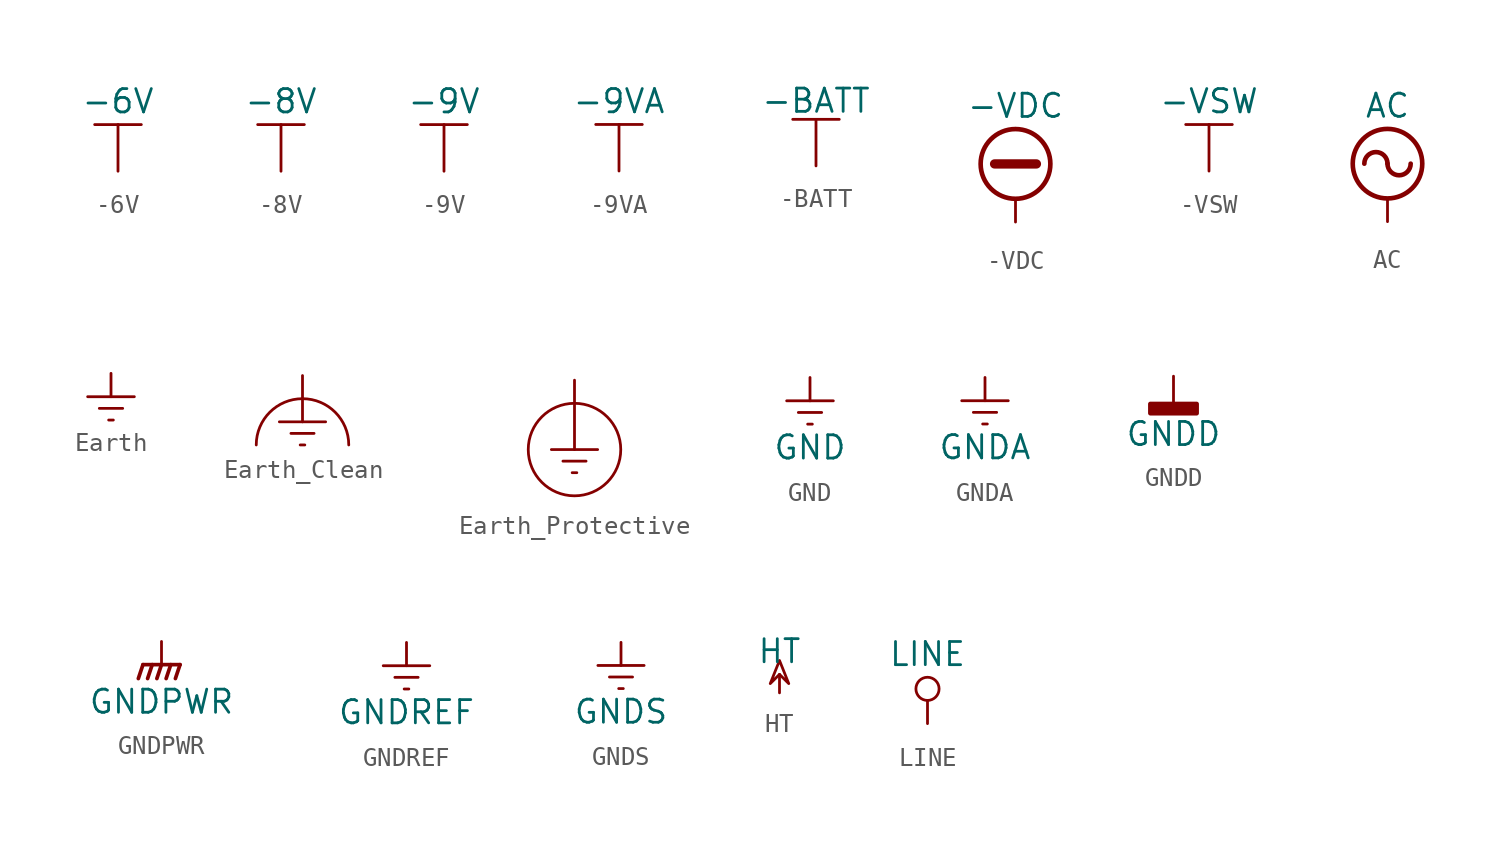
<source format=kicad_sym>
(kicad_symbol_lib
  (version 20220914)
  (generator kicad_symbol_editor)
  (symbol "-6V"
    (power)
    (pin_names
      (offset 0))
    (property "Reference" "#PWR"
      (at 0 2.54 0)
      (effects (font (size 1.27 1.27)) hide))
    (property "Value" "-6V"
      (at 0 3.81 0)
      (effects (font (size 1.27 1.27))))
    (symbol "-6V_0_0"
      (pin power_in line (at 0 0 90) (length 0) hide (name "-6V" (effects (font (size 1.27 1.27)))) (number "1" (effects (font (size 1.27 1.27))))))
    (symbol "-6V_0_1"
      (polyline (pts (xy -1.27 2.54) (xy 1.27 2.54)) (stroke (width 0) (type solid)) (fill (type none)))
      (polyline (pts (xy 0 0) (xy 0 2.54)) (stroke (width 0) (type solid)) (fill (type none)))))
  (symbol "-8V"
    (power)
    (pin_names
      (offset 0))
    (property "Reference" "#PWR"
      (at 0 2.54 0)
      (effects (font (size 1.27 1.27)) hide))
    (property "Value" "-8V"
      (at 0 3.81 0)
      (effects (font (size 1.27 1.27))))
    (symbol "-8V_0_0"
      (pin power_in line (at 0 0 90) (length 0) hide (name "-8V" (effects (font (size 1.27 1.27)))) (number "1" (effects (font (size 1.27 1.27))))))
    (symbol "-8V_0_1"
      (polyline (pts (xy -1.27 2.54) (xy 1.27 2.54)) (stroke (width 0) (type solid)) (fill (type none)))
      (polyline (pts (xy 0 0) (xy 0 2.54)) (stroke (width 0) (type solid)) (fill (type none)))))
  (symbol "-9V"
    (power)
    (pin_names
      (offset 0))
    (property "Reference" "#PWR"
      (at 0 -3.175 0)
      (effects (font (size 1.27 1.27)) hide))
    (property "Value" "-9V"
      (at 0 3.81 0)
      (effects (font (size 1.27 1.27))))
    (symbol "-9V_0_1"
      (polyline (pts (xy -1.27 2.54) (xy 1.27 2.54)) (stroke (width 0) (type solid)) (fill (type none)))
      (polyline (pts (xy 0 0) (xy 0 2.54)) (stroke (width 0) (type solid)) (fill (type none))))
    (symbol "-9V_1_1"
      (pin power_in line (at 0 0 90) (length 0) hide (name "-9V" (effects (font (size 1.27 1.27)))) (number "1" (effects (font (size 1.27 1.27)))))))
  (symbol "-9VA"
    (power)
    (pin_names
      (offset 0))
    (property "Reference" "#PWR"
      (at 0 -3.175 0)
      (effects (font (size 1.27 1.27)) hide))
    (property "Value" "-9VA"
      (at 0 3.81 0)
      (effects (font (size 1.27 1.27))))
    (symbol "-9VA_0_1"
      (polyline (pts (xy -1.27 2.54) (xy 1.27 2.54)) (stroke (width 0) (type solid)) (fill (type none)))
      (polyline (pts (xy 0 0) (xy 0 2.54)) (stroke (width 0) (type solid)) (fill (type none))))
    (symbol "-9VA_1_1"
      (pin power_in line (at 0 0 90) (length 0) hide (name "-9VA" (effects (font (size 1.27 1.27)))) (number "1" (effects (font (size 1.27 1.27)))))))
  (symbol "-BATT"
    (power)
    (pin_names
      (offset 0))
    (property "Reference" "#PWR"
      (at 0 -3.81 0)
      (effects (font (size 1.27 1.27)) hide))
    (property "Value" "-BATT"
      (at 0 3.556 0)
      (effects (font (size 1.27 1.27))))
    (symbol "-BATT_0_1"
      (polyline (pts (xy -1.27 2.54) (xy 1.27 2.54)) (stroke (width 0) (type solid)) (fill (type none)))
      (polyline (pts (xy 0 0) (xy 0 2.54)) (stroke (width 0) (type solid)) (fill (type none))))
    (symbol "-BATT_1_1"
      (pin power_in line (at 0 0 90) (length 0) hide (name "-BATT" (effects (font (size 1.27 1.27)))) (number "1" (effects (font (size 1.27 1.27)))))))
  (symbol "-VDC"
    (power)
    (pin_names
      (offset 0))
    (property "Reference" "#PWR"
      (at 0 -2.54 0)
      (effects (font (size 1.27 1.27)) hide))
    (property "Value" "-VDC"
      (at 0 6.35 0)
      (effects (font (size 1.27 1.27))))
    (symbol "-VDC_0_1"
      (polyline (pts (xy -1.143 3.175) (xy 1.143 3.175)) (stroke (width 0.508) (type solid)) (fill (type none)))
      (polyline (pts (xy 0 0) (xy 0 1.27)) (stroke (width 0) (type solid)) (fill (type none)))
      (circle (center 0 3.175) (radius 1.905) (stroke (width 0.254) (type solid)) (fill (type none))))
    (symbol "-VDC_1_1"
      (pin power_in line (at 0 0 90) (length 0) hide (name "-VDC" (effects (font (size 1.27 1.27)))) (number "1" (effects (font (size 1.27 1.27)))))))
  (symbol "-VSW"
    (power)
    (pin_names
      (offset 0))
    (property "Reference" "#PWR"
      (at 0 2.54 0)
      (effects (font (size 1.27 1.27)) hide))
    (property "Value" "-VSW"
      (at 0 3.81 0)
      (effects (font (size 1.27 1.27))))
    (symbol "-VSW_0_0"
      (pin power_in line (at 0 0 90) (length 0) hide (name "-VSW" (effects (font (size 1.27 1.27)))) (number "1" (effects (font (size 1.27 1.27))))))
    (symbol "-VSW_0_1"
      (polyline (pts (xy -1.27 2.54) (xy 1.27 2.54)) (stroke (width 0) (type solid)) (fill (type none)))
      (polyline (pts (xy 0 0) (xy 0 2.54)) (stroke (width 0) (type solid)) (fill (type none)))))
  (symbol "AC"
    (power)
    (pin_names
      (offset 0))
    (property "Reference" "#PWR"
      (at 0 -2.54 0)
      (effects (font (size 1.27 1.27)) hide))
    (property "Value" "AC"
      (at 0 6.35 0)
      (effects (font (size 1.27 1.27))))
    (symbol "AC_0_1"
      (polyline (pts (xy 0 0) (xy 0 1.27)) (stroke (width 0) (type solid)) (fill (type none)))
      (arc (start 0 3.175) (mid -0.635 3.8073) (end -1.27 3.175) (stroke (width 0.254) (type solid)) (fill (type none)))
      (arc (start 0 3.175) (mid 0.635 2.5427) (end 1.27 3.175) (stroke (width 0.254) (type solid)) (fill (type none)))
      (circle (center 0 3.175) (radius 1.905) (stroke (width 0.254) (type solid)) (fill (type none))))
    (symbol "AC_1_1"
      (pin power_in line (at 0 0 90) (length 0) hide (name "AC" (effects (font (size 1.27 1.27)))) (number "1" (effects (font (size 1.27 1.27)))))))
  (symbol "Earth"
    (power)
    (pin_names
      (offset 0))
    (property "Reference" "#PWR"
      (at 0 -6.35 0)
      (effects (font (size 1.27 1.27)) hide))
    (symbol "Earth_0_1"
      (polyline (pts (xy -0.635 -1.905) (xy 0.635 -1.905)) (stroke (width 0) (type solid)) (fill (type none)))
      (polyline (pts (xy -0.127 -2.54) (xy 0.127 -2.54)) (stroke (width 0) (type solid)) (fill (type none)))
      (polyline (pts (xy 0 -1.27) (xy 0 0)) (stroke (width 0) (type solid)) (fill (type none)))
      (polyline (pts (xy 1.27 -1.27) (xy -1.27 -1.27)) (stroke (width 0) (type solid)) (fill (type none))))
    (symbol "Earth_1_1"
      (pin power_in line (at 0 0 270) (length 0) hide (name "Earth" (effects (font (size 1.27 1.27)))) (number "1" (effects (font (size 1.27 1.27)))))))
  (symbol "Earth_Clean"
    (power)
    (pin_names
      (offset 0))
    (property "Reference" "#PWR"
      (at 6.35 0 0)
      (effects (font (size 1.27 1.27)) hide))
    (symbol "Earth_Clean_0_1"
      (polyline (pts (xy -0.635 -3.175) (xy 0.635 -3.175)) (stroke (width 0) (type solid)) (fill (type none)))
      (polyline (pts (xy -0.127 -3.81) (xy 0.127 -3.81)) (stroke (width 0) (type solid)) (fill (type none)))
      (polyline (pts (xy 0 -2.54) (xy 0 0)) (stroke (width 0) (type solid)) (fill (type none)))
      (polyline (pts (xy 1.27 -2.54) (xy -1.27 -2.54)) (stroke (width 0) (type solid)) (fill (type none)))
      (arc (start 2.54 -3.81) (mid 0 -1.281) (end -2.54 -3.81) (stroke (width 0) (type solid)) (fill (type none))))
    (symbol "Earth_Clean_1_1"
      (pin power_in line (at 0 0 270) (length 0) hide (name "Earth_Clean" (effects (font (size 1.27 1.27)))) (number "1" (effects (font (size 1.27 1.27)))))))
  (symbol "Earth_Protective"
    (power)
    (pin_names
      (offset 0))
    (property "Reference" "#PWR"
      (at 6.35 -6.35 0)
      (effects (font (size 1.27 1.27)) hide))
    (symbol "Earth_Protective_0_1"
      (circle (center 0 -3.81) (radius 2.54) (stroke (width 0) (type solid)) (fill (type none)))
      (polyline (pts (xy -0.635 -4.445) (xy 0.635 -4.445)) (stroke (width 0) (type solid)) (fill (type none)))
      (polyline (pts (xy -0.127 -5.08) (xy 0.127 -5.08)) (stroke (width 0) (type solid)) (fill (type none)))
      (polyline (pts (xy 0 -3.81) (xy 0 0)) (stroke (width 0) (type solid)) (fill (type none)))
      (polyline (pts (xy 1.27 -3.81) (xy -1.27 -3.81)) (stroke (width 0) (type solid)) (fill (type none))))
    (symbol "Earth_Protective_1_1"
      (pin power_in line (at 0 0 270) (length 0) hide (name "Earth_Protective" (effects (font (size 1.27 1.27)))) (number "1" (effects (font (size 1.27 1.27)))))))
  (symbol "GND"
    (power)
    (pin_names
      (offset 0))
    (property "Reference" "#PWR"
      (at 0 -6.35 0)
      (effects (font (size 1.27 1.27)) hide))
    (property "Value" "GND"
      (at 0 -3.81 0)
      (effects (font (size 1.27 1.27))))
    (symbol "GND_1_1"
      (polyline (pts (xy -0.635 -1.905) (xy 0.635 -1.905)) (stroke (width 0) (type solid)) (fill (type none)))
      (polyline (pts (xy -0.127 -2.54) (xy 0.127 -2.54)) (stroke (width 0) (type solid)) (fill (type none)))
      (polyline (pts (xy 0 -1.27) (xy 0 0)) (stroke (width 0) (type solid)) (fill (type none)))
      (polyline (pts (xy 1.27 -1.27) (xy -1.27 -1.27)) (stroke (width 0) (type solid)) (fill (type none)))
      (pin power_in line (at 0 0 270) (length 0) hide (name "GND" (effects (font (size 1.27 1.27)))) (number "1" (effects (font (size 1.27 1.27)))))))
  (symbol "GNDA"
    (power)
    (pin_names
      (offset 0))
    (property "Reference" "#PWR"
      (at 0 -6.35 0)
      (effects (font (size 1.27 1.27)) hide))
    (property "Value" "GNDA"
      (at 0 -3.81 0)
      (effects (font (size 1.27 1.27))))
    (symbol "GNDA_1_1"
      (polyline (pts (xy -0.635 -1.905) (xy 0.635 -1.905)) (stroke (width 0) (type solid)) (fill (type none)))
      (polyline (pts (xy -0.127 -2.54) (xy 0.127 -2.54)) (stroke (width 0) (type solid)) (fill (type none)))
      (polyline (pts (xy 0 -1.27) (xy 0 0)) (stroke (width 0) (type solid)) (fill (type none)))
      (polyline (pts (xy 1.27 -1.27) (xy -1.27 -1.27)) (stroke (width 0) (type solid)) (fill (type none)))
      (pin power_in line (at 0 0 270) (length 0) hide (name "GNDA" (effects (font (size 1.27 1.27)))) (number "1" (effects (font (size 1.27 1.27)))))))
  (symbol "GNDD"
    (power)
    (pin_names
      (offset 0))
    (property "Reference" "#PWR"
      (at 0 -6.35 0)
      (effects (font (size 1.27 1.27)) hide))
    (property "Value" "GNDD"
      (at 0 -3.175 0)
      (effects (font (size 1.27 1.27))))
    (symbol "GNDD_0_1"
      (rectangle (start -1.27 -1.524) (end 1.27 -2.032) (stroke (width 0.254) (type solid)) (fill (type outline)))
      (polyline (pts (xy 0 0) (xy 0 -1.524)) (stroke (width 0) (type solid)) (fill (type none))))
    (symbol "GNDD_1_1"
      (pin power_in line (at 0 0 270) (length 0) hide (name "GNDD" (effects (font (size 1.27 1.27)))) (number "1" (effects (font (size 1.27 1.27)))))))
  (symbol "GNDPWR"
    (power)
    (pin_names
      (offset 0))
    (property "Reference" "#PWR"
      (at 0 -5.08 0)
      (effects (font (size 1.27 1.27)) hide))
    (property "Value" "GNDPWR"
      (at 0 -3.302 0)
      (effects (font (size 1.27 1.27))))
    (symbol "GNDPWR_0_1"
      (polyline (pts (xy 0 -1.27) (xy 0 0)) (stroke (width 0) (type solid)) (fill (type none)))
      (polyline (pts (xy -1.016 -1.27) (xy -1.27 -2.032) (xy -1.27 -2.032)) (stroke (width 0.203) (type solid)) (fill (type none)))
      (polyline (pts (xy -0.508 -1.27) (xy -0.762 -2.032) (xy -0.762 -2.032)) (stroke (width 0.203) (type solid)) (fill (type none)))
      (polyline (pts (xy 0 -1.27) (xy -0.254 -2.032) (xy -0.254 -2.032)) (stroke (width 0.203) (type solid)) (fill (type none)))
      (polyline (pts (xy 0.508 -1.27) (xy 0.254 -2.032) (xy 0.254 -2.032)) (stroke (width 0.203) (type solid)) (fill (type none)))
      (polyline (pts (xy 1.016 -1.27) (xy -1.016 -1.27) (xy -1.016 -1.27)) (stroke (width 0.203) (type solid)) (fill (type none)))
      (polyline (pts (xy 1.016 -1.27) (xy 0.762 -2.032) (xy 0.762 -2.032) (xy 0.762 -2.032)) (stroke (width 0.203) (type solid)) (fill (type none))))
    (symbol "GNDPWR_1_1"
      (pin power_in line (at 0 0 270) (length 0) hide (name "GNDPWR" (effects (font (size 1.27 1.27)))) (number "1" (effects (font (size 1.27 1.27)))))))
  (symbol "GNDREF"
    (power)
    (pin_names
      (offset 0))
    (property "Reference" "#PWR"
      (at 0 -6.35 0)
      (effects (font (size 1.27 1.27)) hide))
    (property "Value" "GNDREF"
      (at 0 -3.81 0)
      (effects (font (size 1.27 1.27))))
    (symbol "GNDREF_1_1"
      (polyline (pts (xy -0.635 -1.905) (xy 0.635 -1.905)) (stroke (width 0) (type solid)) (fill (type none)))
      (polyline (pts (xy -0.127 -2.54) (xy 0.127 -2.54)) (stroke (width 0) (type solid)) (fill (type none)))
      (polyline (pts (xy 0 -1.27) (xy 0 0)) (stroke (width 0) (type solid)) (fill (type none)))
      (polyline (pts (xy 1.27 -1.27) (xy -1.27 -1.27)) (stroke (width 0) (type solid)) (fill (type none)))
      (pin power_in line (at 0 0 270) (length 0) hide (name "GNDREF" (effects (font (size 1.27 1.27)))) (number "1" (effects (font (size 1.27 1.27)))))))
  (symbol "GNDS"
    (power)
    (pin_names
      (offset 0))
    (property "Reference" "#PWR"
      (at 0 -6.35 0)
      (effects (font (size 1.27 1.27)) hide))
    (property "Value" "GNDS"
      (at 0 -3.81 0)
      (effects (font (size 1.27 1.27))))
    (symbol "GNDS_1_1"
      (polyline (pts (xy -0.635 -1.905) (xy 0.635 -1.905)) (stroke (width 0) (type solid)) (fill (type none)))
      (polyline (pts (xy -0.127 -2.54) (xy 0.127 -2.54)) (stroke (width 0) (type solid)) (fill (type none)))
      (polyline (pts (xy 0 -1.27) (xy 0 0)) (stroke (width 0) (type solid)) (fill (type none)))
      (polyline (pts (xy 1.27 -1.27) (xy -1.27 -1.27)) (stroke (width 0) (type solid)) (fill (type none)))
      (pin power_in line (at 0 0 270) (length 0) hide (name "GNDS" (effects (font (size 1.27 1.27)))) (number "1" (effects (font (size 1.27 1.27)))))))
  (symbol "HT"
    (power)
    (pin_names
      (offset 0))
    (property "Reference" "#PWR"
      (at 0 3.048 0)
      (effects (font (size 1.27 1.27)) hide))
    (property "Value" "HT"
      (at 0 2.286 0)
      (effects (font (size 1.27 1.27))))
    (symbol "HT_0_0"
      (pin power_in line (at 0 0 90) (length 0) hide (name "HT" (effects (font (size 1.27 1.27)))) (number "1" (effects (font (size 1.27 1.27))))))
    (symbol "HT_0_1"
      (polyline (pts (xy 0 0) (xy 0 1.016) (xy 0 1.016)) (stroke (width 0) (type solid)) (fill (type none)))
      (polyline (pts (xy 0 1.016) (xy 0.508 0.508) (xy 0 1.778) (xy -0.508 0.508) (xy 0 1.016) (xy 0 1.016)) (stroke (width 0) (type solid)) (fill (type none)))))
  (symbol "LINE"
    (power)
    (pin_names
      (offset 0))
    (property "Reference" "#PWR"
      (at 0 -3.81 0)
      (effects (font (size 1.27 1.27)) hide))
    (property "Value" "LINE"
      (at 0 3.81 0)
      (effects (font (size 1.27 1.27))))
    (symbol "LINE_0_1"
      (polyline (pts (xy 0 0) (xy 0 1.27)) (stroke (width 0) (type solid)) (fill (type none)))
      (circle (center 0 1.905) (radius 0.635) (stroke (width 0) (type solid)) (fill (type none))))
    (symbol "LINE_1_1"
      (pin power_in line (at 0 0 90) (length 0) hide (name "LINE" (effects (font (size 1.27 1.27)))) (number "1" (effects (font (size 1.27 1.27))))))))
</source>
